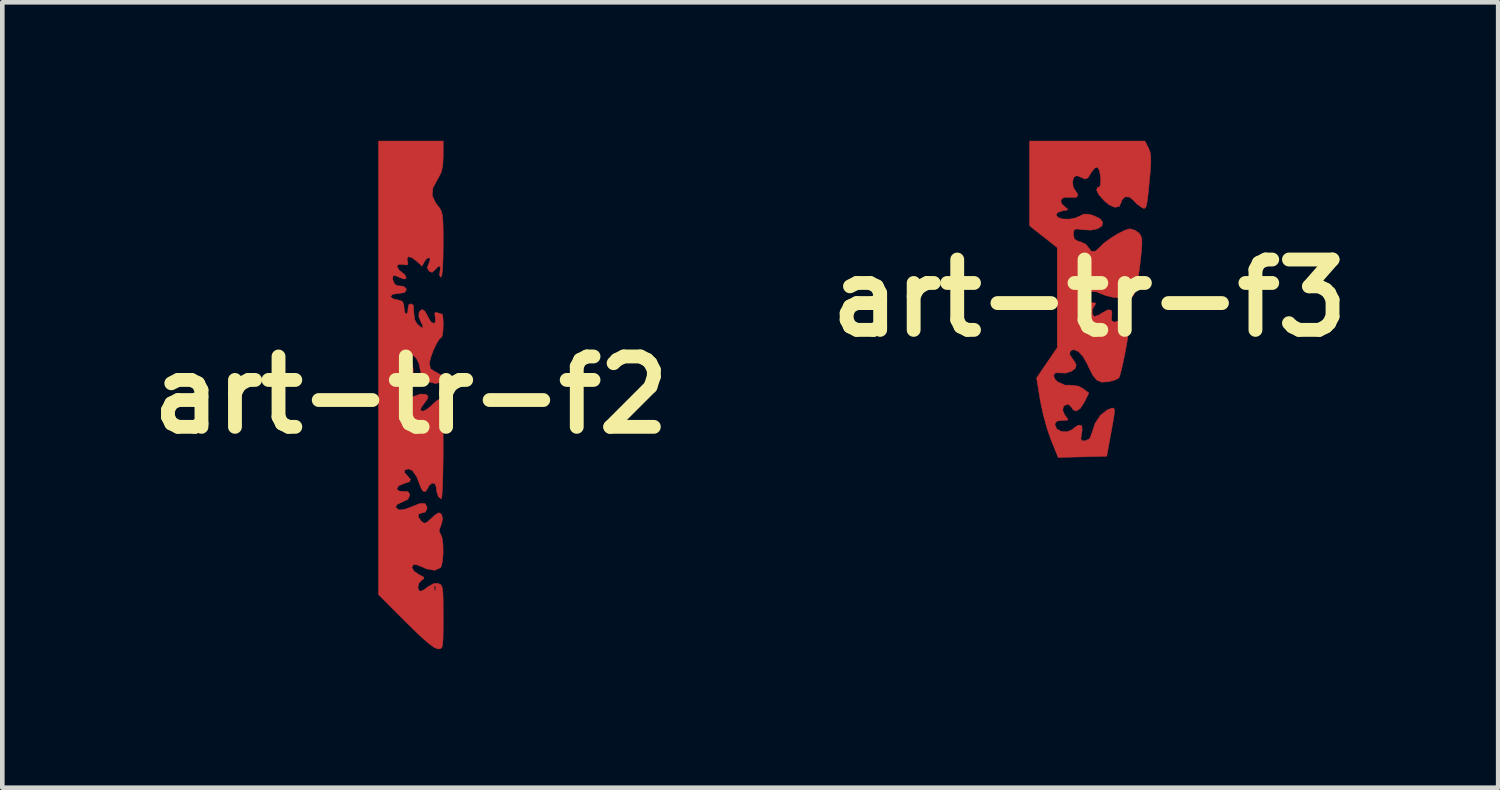
<source format=kicad_pcb>
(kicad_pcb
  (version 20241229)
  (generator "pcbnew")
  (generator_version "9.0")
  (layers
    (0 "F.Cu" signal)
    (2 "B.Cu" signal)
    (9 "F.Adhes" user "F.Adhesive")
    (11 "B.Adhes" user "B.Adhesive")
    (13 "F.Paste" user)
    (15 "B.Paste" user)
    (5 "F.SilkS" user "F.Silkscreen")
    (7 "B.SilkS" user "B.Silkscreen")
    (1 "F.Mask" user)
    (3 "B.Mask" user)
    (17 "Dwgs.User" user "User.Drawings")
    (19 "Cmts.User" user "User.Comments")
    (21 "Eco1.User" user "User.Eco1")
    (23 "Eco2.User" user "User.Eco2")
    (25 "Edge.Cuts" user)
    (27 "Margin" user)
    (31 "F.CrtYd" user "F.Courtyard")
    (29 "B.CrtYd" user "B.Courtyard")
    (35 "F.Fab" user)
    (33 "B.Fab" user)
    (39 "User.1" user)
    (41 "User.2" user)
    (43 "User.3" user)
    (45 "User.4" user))
  (footprint "art-tr-f3"
    (layer "F.Cu")
    (at 20.548 3.405)
    (property "Reference" "art-tr-f3" (at 0 0 0) (layer "F.SilkS") (effects (font (size 1.524 1.524) (thickness 0.3))))
    (attr through_hole)
    (fp_poly (pts (xy 1.274 -3.252) (xy 1.306 -3.175) (xy 1.324 -3.084) (xy 1.327 -2.958) (xy 1.317 -2.775) (xy 1.293 -2.515) (xy 1.292 -2.504) (xy 1.267 -2.253) (xy 1.246 -2.086) (xy 1.226 -1.988) (xy 1.202 -1.946) (xy 1.168 -1.943) (xy 1.129 -1.961) (xy 1.015 -2.046) (xy 0.96 -2.108) (xy 0.865 -2.187) (xy 0.768 -2.192) (xy 0.701 -2.127) (xy 0.691 -2.088) (xy 0.643 -1.986) (xy 0.549 -1.964) (xy 0.419 -2.022) (xy 0.32 -2.105) (xy 0.205 -2.234) (xy 0.153 -2.335) (xy 0.168 -2.392) (xy 0.203 -2.4) (xy 0.234 -2.442) (xy 0.243 -2.544) (xy 0.233 -2.668) (xy 0.207 -2.778) (xy 0.168 -2.836) (xy 0.165 -2.837) (xy 0.105 -2.81) (xy 0.036 -2.72) (xy 0.026 -2.702) (xy -0.037 -2.602) (xy -0.097 -2.579) (xy -0.148 -2.599) (xy -0.246 -2.641) (xy -0.291 -2.65) (xy -0.346 -2.609) (xy -0.369 -2.514) (xy -0.356 -2.407) (xy -0.323 -2.348) (xy -0.254 -2.245) (xy -0.274 -2.187) (xy -0.381 -2.179) (xy -0.418 -2.183) (xy -0.553 -2.18) (xy -0.622 -2.129) (xy -0.612 -2.049) (xy -0.542 -1.98) (xy -0.475 -1.928) (xy -0.491 -1.905) (xy -0.582 -1.891) (xy -0.692 -1.855) (xy -0.725 -1.8) (xy -0.682 -1.743) (xy -0.575 -1.712) (xy -0.436 -1.709) (xy -0.298 -1.737) (xy -0.224 -1.771) (xy -0.127 -1.818) (xy -0.024 -1.817) (xy 0.084 -1.787) (xy 0.229 -1.716) (xy 0.286 -1.636) (xy 0.265 -1.56) (xy 0.176 -1.501) (xy 0.028 -1.471) (xy -0.153 -1.481) (xy -0.279 -1.497) (xy -0.335 -1.478) (xy -0.35 -1.412) (xy -0.35 -1.38) (xy -0.33 -1.279) (xy -0.249 -1.229) (xy -0.201 -1.218) (xy -0.083 -1.166) (xy -0.023 -1.094) (xy 0.039 -1.012) (xy 0.128 -1.016) (xy 0.21 -1.089) (xy 0.305 -1.184) (xy 0.45 -1.291) (xy 0.614 -1.393) (xy 0.766 -1.469) (xy 0.873 -1.5) (xy 0.876 -1.5) (xy 0.993 -1.464) (xy 1.071 -1.405) (xy 1.109 -1.353) (xy 1.13 -1.287) (xy 1.134 -1.185) (xy 1.124 -1.027) (xy 1.099 -0.792) (xy 1.069 -0.56) (xy 1.037 -0.351) (xy 1.006 -0.196) (xy 0.989 -0.138) (xy 0.949 -0.056) (xy 0.888 -0.015) (xy 0.775 -0.002) (xy 0.681 -0.002) (xy 0.505 -0.017) (xy 0.351 -0.053) (xy 0.3 -0.075) (xy 0.143 -0.137) (xy 0.013 -0.138) (xy -0.066 -0.079) (xy -0.07 -0.07) (xy -0.077 0.038) (xy -0.001 0.093) (xy 0.063 0.1) (xy 0.134 0.111) (xy 0.117 0.153) (xy 0.11 0.16) (xy 0.06 0.248) (xy 0.055 0.34) (xy 0.093 0.395) (xy 0.113 0.398) (xy 0.199 0.369) (xy 0.272 0.323) (xy 0.394 0.255) (xy 0.469 0.262) (xy 0.486 0.341) (xy 0.48 0.372) (xy 0.473 0.485) (xy 0.53 0.523) (xy 0.653 0.49) (xy 0.697 0.469) (xy 0.807 0.422) (xy 0.872 0.408) (xy 0.877 0.41) (xy 0.88 0.469) (xy 0.866 0.602) (xy 0.838 0.788) (xy 0.801 1.004) (xy 0.76 1.226) (xy 0.717 1.432) (xy 0.677 1.6) (xy 0.645 1.707) (xy 0.632 1.731) (xy 0.547 1.776) (xy 0.413 1.811) (xy 0.392 1.815) (xy 0.259 1.82) (xy 0.158 1.778) (xy 0.071 1.674) (xy -0.021 1.492) (xy -0.043 1.441) (xy -0.139 1.269) (xy -0.245 1.156) (xy -0.346 1.115) (xy -0.414 1.144) (xy -0.435 1.215) (xy -0.39 1.286) (xy -0.318 1.389) (xy -0.29 1.449) (xy -0.311 1.525) (xy -0.399 1.589) (xy -0.52 1.625) (xy -0.625 1.621) (xy -0.738 1.62) (xy -0.782 1.675) (xy -0.747 1.763) (xy -0.697 1.812) (xy -0.532 1.887) (xy -0.428 1.886) (xy -0.242 1.907) (xy -0.147 1.96) (xy -0.016 2.057) (xy -0.113 2.253) (xy -0.202 2.39) (xy -0.288 2.447) (xy -0.359 2.418) (xy -0.382 2.375) (xy -0.446 2.309) (xy -0.482 2.3) (xy -0.561 2.337) (xy -0.583 2.425) (xy -0.54 2.531) (xy -0.523 2.552) (xy -0.469 2.62) (xy -0.486 2.646) (xy -0.59 2.65) (xy -0.592 2.65) (xy -0.707 2.665) (xy -0.748 2.719) (xy -0.75 2.745) (xy -0.709 2.838) (xy -0.609 2.891) (xy -0.485 2.897) (xy -0.374 2.849) (xy -0.35 2.825) (xy -0.262 2.761) (xy -0.213 2.75) (xy -0.167 2.772) (xy -0.161 2.853) (xy -0.172 2.929) (xy -0.189 3.046) (xy -0.169 3.092) (xy -0.099 3.093) (xy -0.09 3.091) (xy 0.004 3.045) (xy 0.05 2.926) (xy 0.05 2.925) (xy 0.119 2.714) (xy 0.238 2.536) (xy 0.385 2.422) (xy 0.406 2.413) (xy 0.474 2.388) (xy 0.517 2.382) (xy 0.538 2.41) (xy 0.537 2.487) (xy 0.516 2.629) (xy 0.477 2.848) (xy 0.458 2.95) (xy 0.371 3.425) (xy -0.155 3.439) (xy -0.68 3.453) (xy -0.837 3.064) (xy -0.92 2.825) (xy -0.999 2.54) (xy -1.06 2.262) (xy -1.07 2.203) (xy -1.147 1.731) (xy -0.924 1.403) (xy -0.7 1.075) (xy -0.7 -0.009) (xy -0.7 -1.093) (xy -1 -1.329) (xy -1.3 -1.565) (xy -1.3 -2.482) (xy -1.3 -3.4) (xy 1.197 -3.4) (xy 1.274 -3.252)) (stroke (width 0.01) (type solid)) (fill yes) (layer "F.Cu")))
  (footprint "art-tr-f2"
    (layer "F.Cu")
    (at 5.849 5.505)
    (property "Reference" "art-tr-f2" (at 0 0 0) (layer "F.SilkS") (effects (font (size 1.524 1.524) (thickness 0.3))))
    (attr through_hole)
    (fp_poly (pts (xy 0.7 -5.177) (xy 0.691 -4.972) (xy 0.658 -4.825) (xy 0.591 -4.694) (xy 0.575 -4.67) (xy 0.475 -4.481) (xy 0.462 -4.318) (xy 0.535 -4.161) (xy 0.575 -4.109) (xy 0.624 -4.046) (xy 0.659 -3.981) (xy 0.681 -3.896) (xy 0.693 -3.771) (xy 0.699 -3.589) (xy 0.7 -3.329) (xy 0.7 -3.255) (xy 0.696 -2.954) (xy 0.686 -2.731) (xy 0.67 -2.594) (xy 0.649 -2.55) (xy 0.621 -2.591) (xy 0.629 -2.675) (xy 0.639 -2.776) (xy 0.601 -2.792) (xy 0.526 -2.718) (xy 0.521 -2.712) (xy 0.459 -2.655) (xy 0.398 -2.683) (xy 0.392 -2.689) (xy 0.353 -2.761) (xy 0.388 -2.849) (xy 0.419 -2.938) (xy 0.401 -2.974) (xy 0.346 -2.959) (xy 0.298 -2.897) (xy 0.241 -2.791) (xy 0.13 -2.895) (xy 0.017 -2.98) (xy -0.059 -2.996) (xy -0.084 -2.944) (xy -0.074 -2.898) (xy -0.063 -2.827) (xy -0.112 -2.816) (xy -0.171 -2.828) (xy -0.272 -2.829) (xy -0.302 -2.78) (xy -0.256 -2.704) (xy -0.2 -2.662) (xy -0.125 -2.594) (xy -0.102 -2.534) (xy -0.134 -2.51) (xy -0.175 -2.52) (xy -0.291 -2.567) (xy -0.329 -2.582) (xy -0.386 -2.585) (xy -0.394 -2.514) (xy -0.392 -2.495) (xy -0.352 -2.4) (xy -0.3 -2.368) (xy -0.189 -2.358) (xy -0.163 -2.356) (xy -0.107 -2.31) (xy -0.1 -2.275) (xy -0.137 -2.22) (xy -0.256 -2.2) (xy -0.279 -2.2) (xy -0.403 -2.179) (xy -0.439 -2.133) (xy -0.387 -2.084) (xy -0.284 -2.059) (xy -0.186 -2.03) (xy -0.152 -1.951) (xy -0.15 -1.897) (xy -0.135 -1.793) (xy -0.101 -1.75) (xy -0.067 -1.792) (xy -0.063 -1.863) (xy -0.046 -1.955) (xy 0 -1.975) (xy 0.052 -1.944) (xy 0.063 -1.839) (xy 0.061 -1.805) (xy 0.08 -1.635) (xy 0.132 -1.543) (xy 0.22 -1.464) (xy 0.265 -1.459) (xy 0.25 -1.523) (xy 0.221 -1.575) (xy 0.171 -1.696) (xy 0.177 -1.798) (xy 0.237 -1.849) (xy 0.253 -1.85) (xy 0.307 -1.808) (xy 0.363 -1.707) (xy 0.365 -1.7) (xy 0.427 -1.591) (xy 0.49 -1.548) (xy 0.531 -1.574) (xy 0.53 -1.672) (xy 0.528 -1.681) (xy 0.514 -1.772) (xy 0.547 -1.79) (xy 0.577 -1.781) (xy 0.657 -1.754) (xy 0.679 -1.75) (xy 0.691 -1.705) (xy 0.699 -1.59) (xy 0.7 -1.5) (xy 0.693 -1.357) (xy 0.674 -1.267) (xy 0.66 -1.25) (xy 0.612 -1.207) (xy 0.548 -1.1) (xy 0.482 -0.958) (xy 0.429 -0.812) (xy 0.401 -0.693) (xy 0.4 -0.671) (xy 0.428 -0.567) (xy 0.528 -0.501) (xy 0.55 -0.493) (xy 0.671 -0.423) (xy 0.708 -0.344) (xy 0.662 -0.278) (xy 0.537 -0.25) (xy 0.533 -0.25) (xy 0.359 -0.29) (xy 0.242 -0.399) (xy 0.2 -0.555) (xy 0.177 -0.68) (xy 0.122 -0.79) (xy 0.054 -0.858) (xy -0.01 -0.859) (xy -0.016 -0.854) (xy -0.041 -0.785) (xy -0.01 -0.74) (xy 0.037 -0.646) (xy 0.05 -0.556) (xy 0.05 -0.433) (xy -0.066 -0.541) (xy -0.177 -0.631) (xy -0.233 -0.637) (xy -0.237 -0.561) (xy -0.229 -0.525) (xy -0.22 -0.432) (xy -0.27 -0.401) (xy -0.299 -0.4) (xy -0.381 -0.379) (xy -0.4 -0.35) (xy -0.358 -0.309) (xy -0.304 -0.3) (xy -0.169 -0.282) (xy -0.074 -0.236) (xy -0.05 -0.195) (xy -0.091 -0.156) (xy -0.13 -0.15) (xy -0.187 -0.119) (xy -0.182 -0.075) (xy -0.181 -0.011) (xy -0.202 0) (xy -0.245 0.041) (xy -0.25 0.075) (xy -0.245 0.127) (xy -0.216 0.143) (xy -0.142 0.121) (xy -0.002 0.057) (xy 0.023 0.046) (xy 0.203 -0.02) (xy 0.318 -0.017) (xy 0.324 -0.013) (xy 0.372 0.026) (xy 0.359 0.082) (xy 0.302 0.161) (xy 0.221 0.275) (xy 0.207 0.333) (xy 0.258 0.35) (xy 0.266 0.35) (xy 0.339 0.316) (xy 0.442 0.233) (xy 0.473 0.202) (xy 0.571 0.115) (xy 0.644 0.078) (xy 0.658 0.08) (xy 0.671 0.135) (xy 0.682 0.272) (xy 0.691 0.471) (xy 0.696 0.717) (xy 0.699 0.99) (xy 0.699 1.275) (xy 0.696 1.552) (xy 0.691 1.806) (xy 0.683 2.017) (xy 0.673 2.17) (xy 0.66 2.245) (xy 0.655 2.25) (xy 0.599 2.206) (xy 0.56 2.096) (xy 0.55 1.996) (xy 0.52 1.917) (xy 0.455 1.907) (xy 0.39 1.964) (xy 0.375 2) (xy 0.321 2.087) (xy 0.26 2.083) (xy 0.22 2.013) (xy 0.13 1.777) (xy 0.036 1.639) (xy -0.049 1.6) (xy -0.136 1.623) (xy -0.135 1.685) (xy -0.075 1.75) (xy -0.008 1.827) (xy -0.032 1.88) (xy -0.15 1.917) (xy -0.263 1.964) (xy -0.304 2.025) (xy -0.273 2.076) (xy -0.167 2.09) (xy -0.163 2.089) (xy -0.061 2.094) (xy -0.026 2.15) (xy -0.025 2.173) (xy -0.066 2.26) (xy -0.189 2.318) (xy -0.3 2.371) (xy -0.331 2.431) (xy -0.275 2.48) (xy -0.237 2.49) (xy -0.144 2.479) (xy -0.01 2.433) (xy 0.037 2.412) (xy 0.205 2.347) (xy 0.307 2.351) (xy 0.348 2.424) (xy 0.35 2.454) (xy 0.313 2.535) (xy 0.25 2.55) (xy 0.165 2.577) (xy 0.163 2.649) (xy 0.227 2.734) (xy 0.285 2.777) (xy 0.345 2.76) (xy 0.433 2.68) (xy 0.53 2.595) (xy 0.601 2.551) (xy 0.608 2.55) (xy 0.668 2.591) (xy 0.686 2.689) (xy 0.658 2.809) (xy 0.648 2.829) (xy 0.609 2.936) (xy 0.637 3.006) (xy 0.641 3.011) (xy 0.676 3.097) (xy 0.695 3.245) (xy 0.698 3.42) (xy 0.686 3.587) (xy 0.659 3.708) (xy 0.64 3.74) (xy 0.516 3.796) (xy 0.343 3.766) (xy 0.246 3.723) (xy 0.132 3.678) (xy 0.054 3.673) (xy 0.051 3.675) (xy 0.021 3.736) (xy 0.068 3.817) (xy 0.179 3.893) (xy 0.189 3.897) (xy 0.276 3.944) (xy 0.279 3.978) (xy 0.236 4.007) (xy 0.174 4.075) (xy 0.151 4.165) (xy 0.172 4.235) (xy 0.209 4.25) (xy 0.286 4.218) (xy 0.348 4.171) (xy 0.504 4.171) (xy 0.513 4.236) (xy 0.53 4.236) (xy 0.542 4.17) (xy 0.534 4.141) (xy 0.512 4.122) (xy 0.504 4.171) (xy 0.348 4.171) (xy 0.373 4.152) (xy 0.506 4.079) (xy 0.589 4.083) (xy 0.633 4.098) (xy 0.664 4.129) (xy 0.683 4.19) (xy 0.694 4.298) (xy 0.699 4.47) (xy 0.7 4.721) (xy 0.7 4.806) (xy 0.7 5.081) (xy 0.696 5.272) (xy 0.688 5.394) (xy 0.672 5.462) (xy 0.645 5.492) (xy 0.606 5.5) (xy 0.587 5.5) (xy 0.506 5.468) (xy 0.373 5.37) (xy 0.184 5.202) (xy -0.064 4.961) (xy -0.113 4.912) (xy -0.7 4.323) (xy -0.7 -5.5) (xy 0.7 -5.5) (xy 0.7 -5.177)) (stroke (width 0.01) (type solid)) (fill yes) (layer "F.Cu")))
  (gr_rect
    (start -3 -3)
    (end 29.397 14.01)
    (stroke (width 0.1) (type default))
    (fill no)
    (layer "Edge.Cuts")))
</source>
